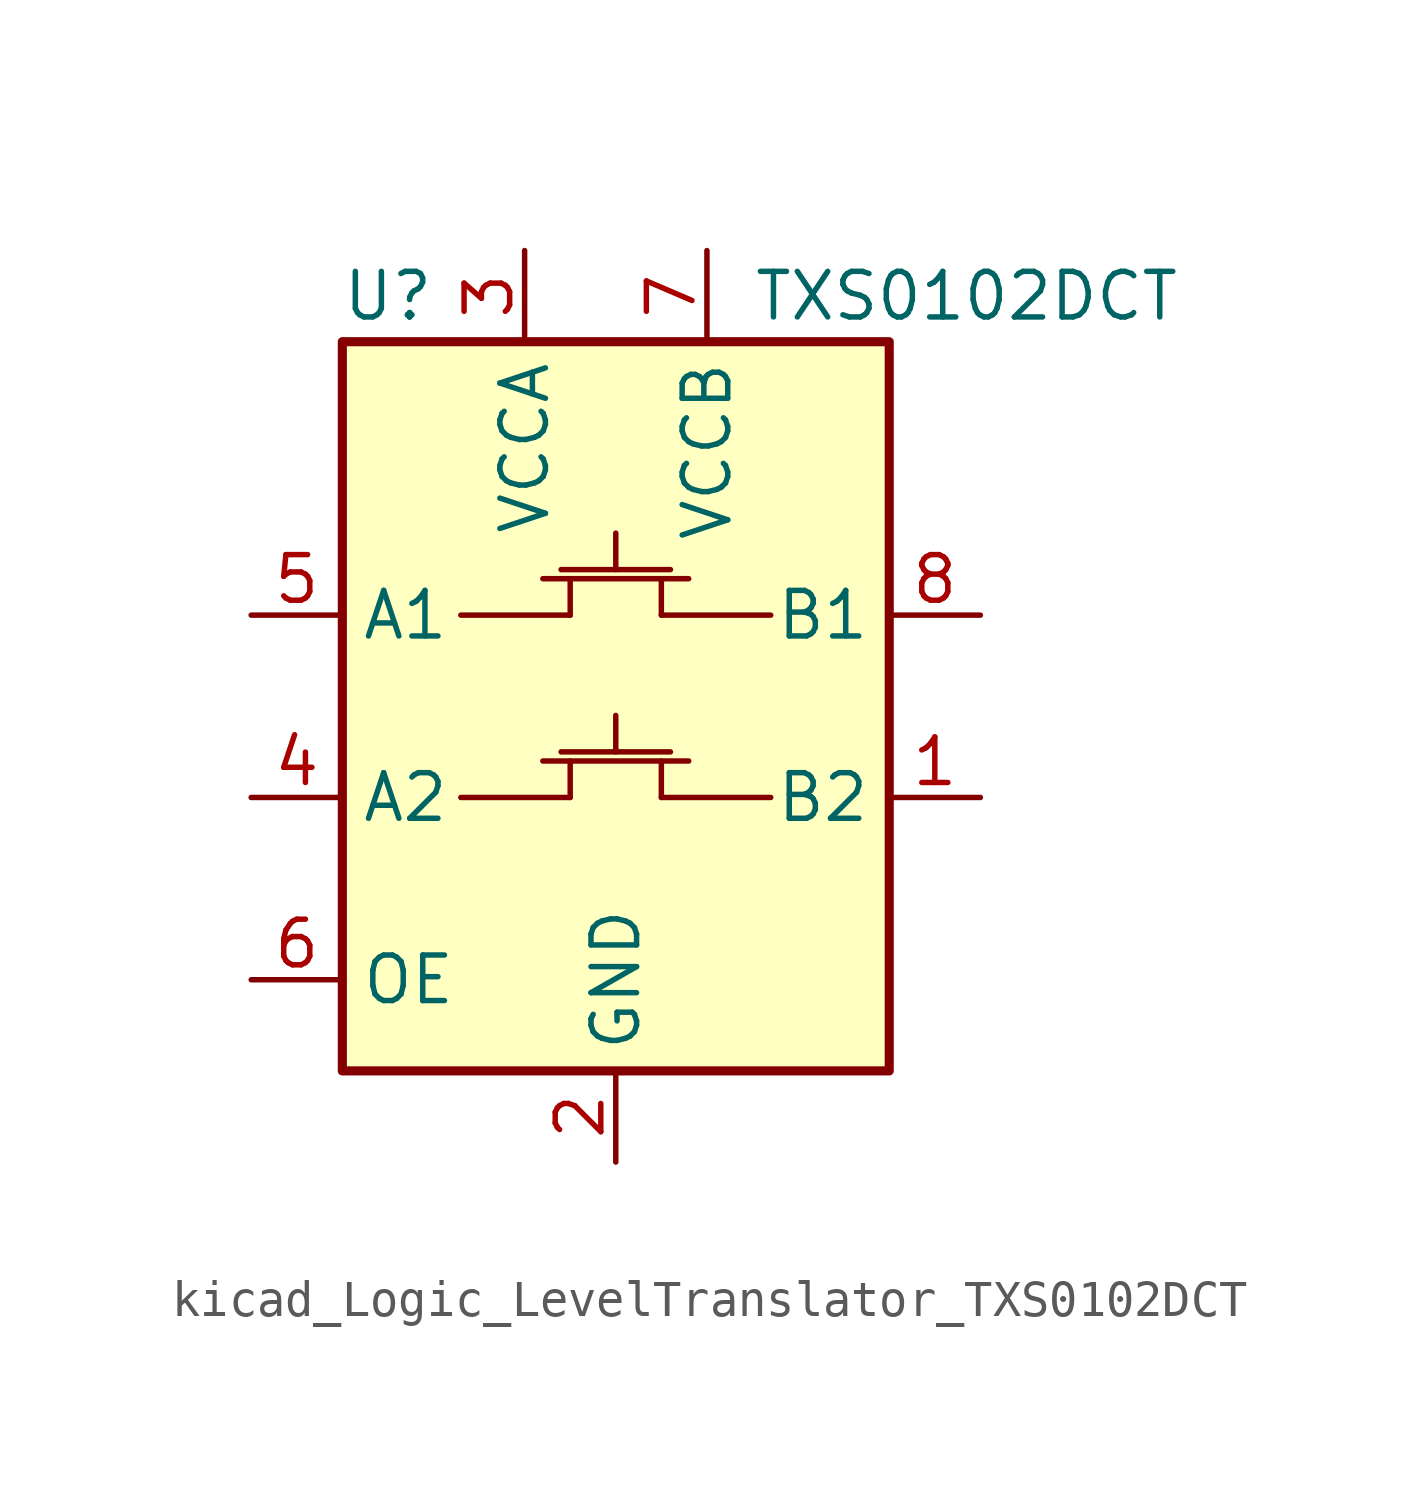
<source format=kicad_sym>
(kicad_symbol_lib
  (version 20220914)
  (generator kicad_symbol_editor)
  (symbol "kicad_Logic_LevelTranslator_TXS0102DCT"
    (property "Reference" "U"
      (at -6.35 11.43 0)
      (effects (font (size 1.27 1.27))))
    (property "Value" "TXS0102DCT"
      (at 3.81 11.43 0)
      (effects (font (size 1.27 1.27)) (justify left)))
    (symbol "kicad_Logic_LevelTranslator_TXS0102DCT_0_1"
      (rectangle (start -7.62 10.16) (end 7.62 -10.16) (stroke (width 0.254) (type default)) (fill (type background)))
      (polyline (pts (xy -4.318 -2.54) (xy -1.27 -2.54)) (stroke (width 0) (type default)) (fill (type none)))
      (polyline (pts (xy -2.032 -1.524) (xy 2.032 -1.524)) (stroke (width 0) (type default)) (fill (type none)))
      (polyline (pts (xy -1.524 -1.27) (xy 1.524 -1.27)) (stroke (width 0) (type default)) (fill (type none)))
      (polyline (pts (xy -1.27 -2.54) (xy -1.27 -1.524)) (stroke (width 0) (type default)) (fill (type none)))
      (polyline (pts (xy 0 -1.27) (xy 0 -0.254)) (stroke (width 0) (type default)) (fill (type none)))
      (polyline (pts (xy 1.27 -2.54) (xy 1.27 -1.524)) (stroke (width 0) (type default)) (fill (type none)))
      (polyline (pts (xy 4.318 -2.54) (xy 1.27 -2.54)) (stroke (width 0) (type default)) (fill (type none))))
    (symbol "kicad_Logic_LevelTranslator_TXS0102DCT_1_1"
      (polyline (pts (xy -4.318 2.54) (xy -1.27 2.54)) (stroke (width 0) (type default)) (fill (type none)))
      (polyline (pts (xy -2.032 3.556) (xy 2.032 3.556)) (stroke (width 0) (type default)) (fill (type none)))
      (polyline (pts (xy -1.524 3.81) (xy 1.524 3.81)) (stroke (width 0) (type default)) (fill (type none)))
      (polyline (pts (xy -1.27 2.54) (xy -1.27 3.556)) (stroke (width 0) (type default)) (fill (type none)))
      (polyline (pts (xy 0 3.81) (xy 0 4.826)) (stroke (width 0) (type default)) (fill (type none)))
      (polyline (pts (xy 1.27 2.54) (xy 1.27 3.556)) (stroke (width 0) (type default)) (fill (type none)))
      (polyline (pts (xy 4.318 2.54) (xy 1.27 2.54)) (stroke (width 0) (type default)) (fill (type none)))
      (pin bidirectional line (at 10.16 -2.54 180) (length 2.54) (name "B2" (effects (font (size 1.27 1.27)))) (number "1" (effects (font (size 1.27 1.27)))))
      (pin power_in line (at 0 -12.7 90) (length 2.54) (name "GND" (effects (font (size 1.27 1.27)))) (number "2" (effects (font (size 1.27 1.27)))))
      (pin power_in line (at -2.54 12.7 270) (length 2.54) (name "VCCA" (effects (font (size 1.27 1.27)))) (number "3" (effects (font (size 1.27 1.27)))))
      (pin bidirectional line (at -10.16 -2.54 0) (length 2.54) (name "A2" (effects (font (size 1.27 1.27)))) (number "4" (effects (font (size 1.27 1.27)))))
      (pin bidirectional line (at -10.16 2.54 0) (length 2.54) (name "A1" (effects (font (size 1.27 1.27)))) (number "5" (effects (font (size 1.27 1.27)))))
      (pin input line (at -10.16 -7.62 0) (length 2.54) (name "OE" (effects (font (size 1.27 1.27)))) (number "6" (effects (font (size 1.27 1.27)))))
      (pin power_in line (at 2.54 12.7 270) (length 2.54) (name "VCCB" (effects (font (size 1.27 1.27)))) (number "7" (effects (font (size 1.27 1.27)))))
      (pin bidirectional line (at 10.16 2.54 180) (length 2.54) (name "B1" (effects (font (size 1.27 1.27)))) (number "8" (effects (font (size 1.27 1.27))))))))
</source>
